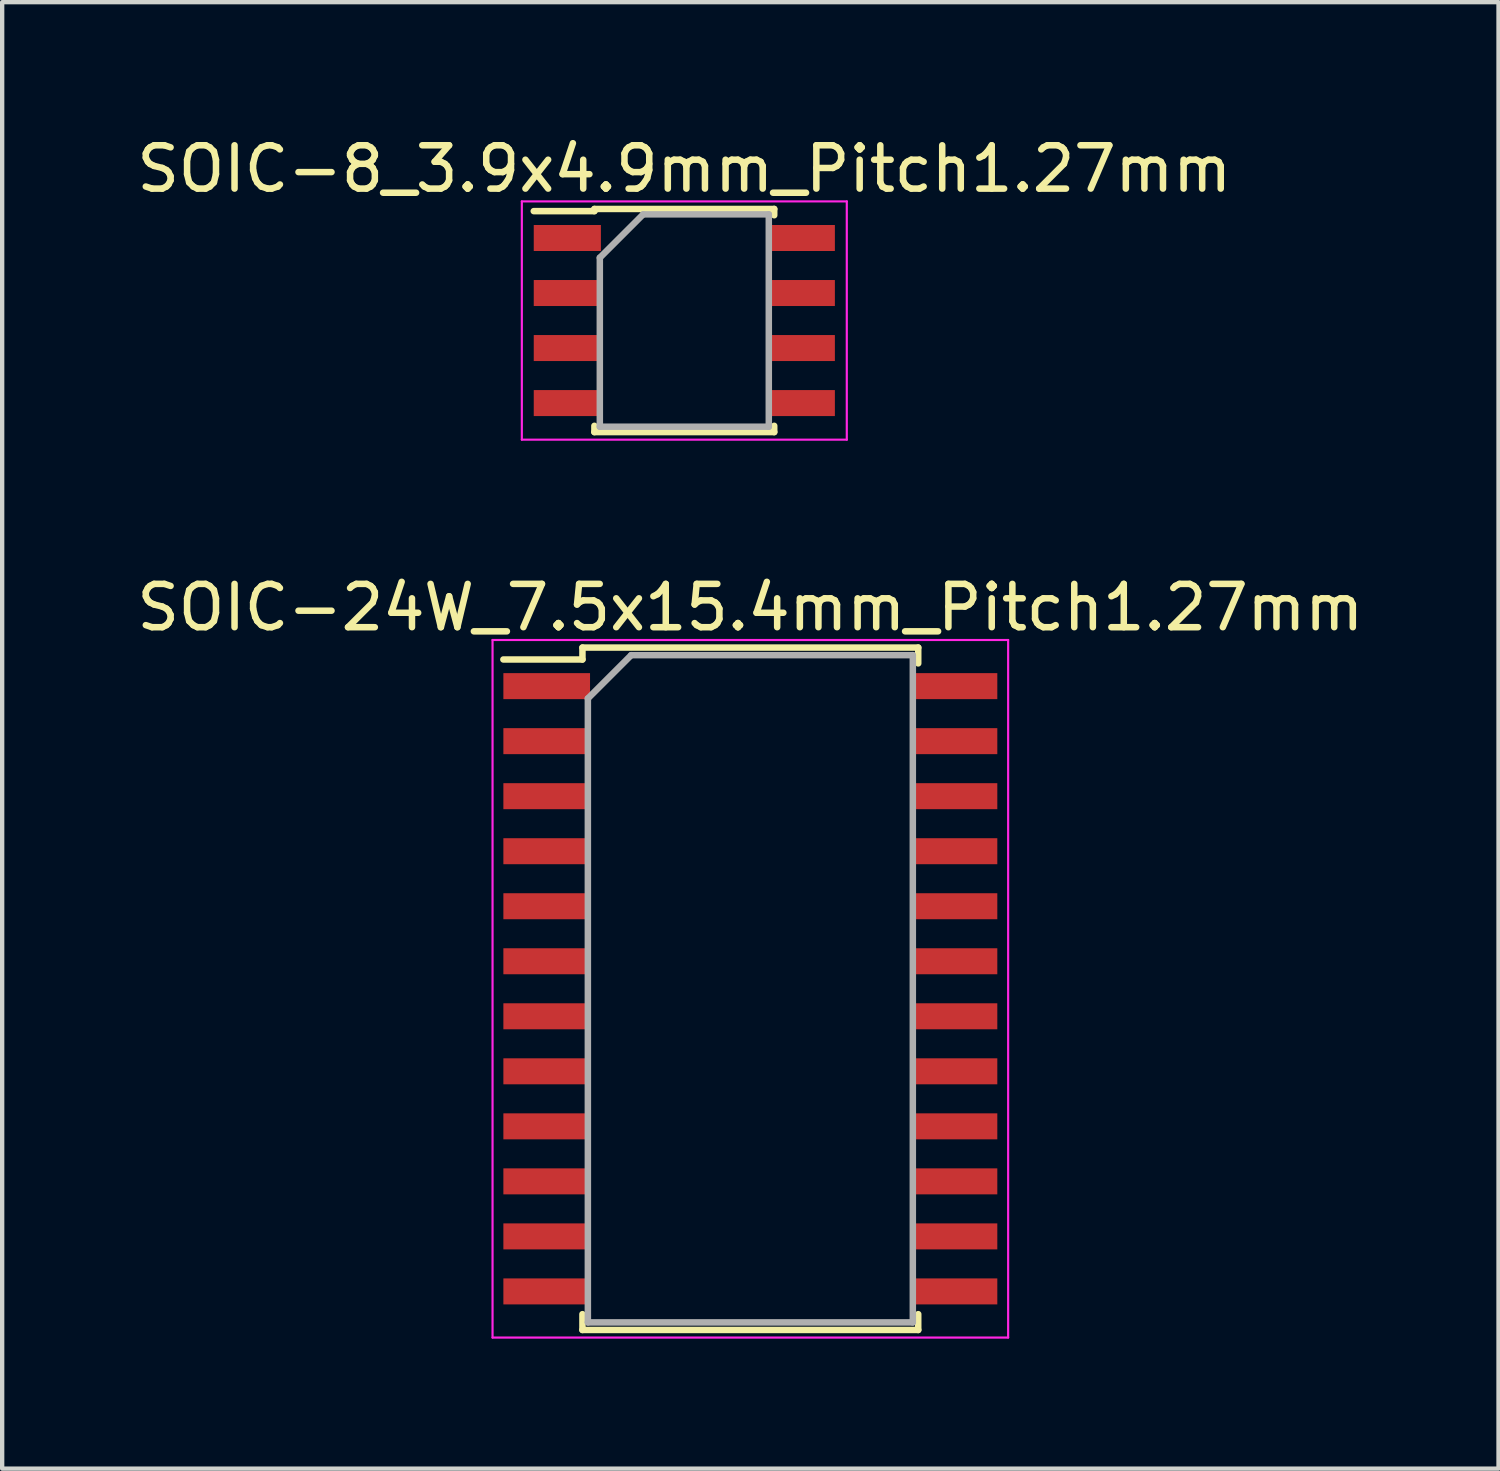
<source format=kicad_pcb>
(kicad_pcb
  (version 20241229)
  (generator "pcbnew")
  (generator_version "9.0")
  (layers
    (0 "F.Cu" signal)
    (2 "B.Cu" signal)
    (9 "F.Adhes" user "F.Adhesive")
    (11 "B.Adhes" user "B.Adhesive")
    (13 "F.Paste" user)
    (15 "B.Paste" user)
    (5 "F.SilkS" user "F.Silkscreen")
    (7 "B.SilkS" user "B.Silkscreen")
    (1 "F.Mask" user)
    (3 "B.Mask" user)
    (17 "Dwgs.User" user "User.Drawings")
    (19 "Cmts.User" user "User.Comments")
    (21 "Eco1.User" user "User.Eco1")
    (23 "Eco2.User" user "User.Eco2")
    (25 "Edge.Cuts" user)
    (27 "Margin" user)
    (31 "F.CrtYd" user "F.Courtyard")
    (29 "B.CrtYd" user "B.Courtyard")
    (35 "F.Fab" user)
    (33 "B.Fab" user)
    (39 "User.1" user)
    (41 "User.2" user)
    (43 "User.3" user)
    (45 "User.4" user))
  (footprint "SOIC-8_3.9x4.9mm_Pitch1.27mm"
    (layer "F.Cu")
    (at 12.744 4.348)
    (property "Reference" "SOIC-8_3.9x4.9mm_Pitch1.27mm" (at 0 -3.5 0) (layer "F.SilkS") (effects (font (size 1 1) (thickness 0.15))))
    (attr smd)
    (fp_line (start -2.075 -2.575) (end -2.075 -2.525) (stroke (width 0.15) (type solid)) (layer "F.SilkS"))
    (fp_line (start -2.075 -2.575) (end 2.075 -2.575) (stroke (width 0.15) (type solid)) (layer "F.SilkS"))
    (fp_line (start -2.075 -2.525) (end -3.475 -2.525) (stroke (width 0.15) (type solid)) (layer "F.SilkS"))
    (fp_line (start -2.075 2.575) (end -2.075 2.43) (stroke (width 0.15) (type solid)) (layer "F.SilkS"))
    (fp_line (start -2.075 2.575) (end 2.075 2.575) (stroke (width 0.15) (type solid)) (layer "F.SilkS"))
    (fp_line (start 2.075 -2.575) (end 2.075 -2.43) (stroke (width 0.15) (type solid)) (layer "F.SilkS"))
    (fp_line (start 2.075 2.575) (end 2.075 2.43) (stroke (width 0.15) (type solid)) (layer "F.SilkS"))
    (fp_line (start -3.75 -2.75) (end -3.75 2.75) (stroke (width 0.05) (type solid)) (layer "F.CrtYd"))
    (fp_line (start -3.75 -2.75) (end 3.75 -2.75) (stroke (width 0.05) (type solid)) (layer "F.CrtYd"))
    (fp_line (start -3.75 2.75) (end 3.75 2.75) (stroke (width 0.05) (type solid)) (layer "F.CrtYd"))
    (fp_line (start 3.75 -2.75) (end 3.75 2.75) (stroke (width 0.05) (type solid)) (layer "F.CrtYd"))
    (fp_line (start -1.95 -1.45) (end -0.95 -2.45) (stroke (width 0.15) (type solid)) (layer "F.Fab"))
    (fp_line (start -1.95 2.45) (end -1.95 -1.45) (stroke (width 0.15) (type solid)) (layer "F.Fab"))
    (fp_line (start -0.95 -2.45) (end 1.95 -2.45) (stroke (width 0.15) (type solid)) (layer "F.Fab"))
    (fp_line (start 1.95 -2.45) (end 1.95 2.45) (stroke (width 0.15) (type solid)) (layer "F.Fab"))
    (fp_line (start 1.95 2.45) (end -1.95 2.45) (stroke (width 0.15) (type solid)) (layer "F.Fab"))
    (pad "1" smd rect (at -2.7 -1.905) (size 1.55 0.6) (layers "F.Cu" "F.Mask" "F.Paste"))
    (pad "2" smd rect (at -2.7 -0.635) (size 1.55 0.6) (layers "F.Cu" "F.Mask" "F.Paste"))
    (pad "3" smd rect (at -2.7 0.635) (size 1.55 0.6) (layers "F.Cu" "F.Mask" "F.Paste"))
    (pad "4" smd rect (at -2.7 1.905) (size 1.55 0.6) (layers "F.Cu" "F.Mask" "F.Paste"))
    (pad "5" smd rect (at 2.7 1.905) (size 1.55 0.6) (layers "F.Cu" "F.Mask" "F.Paste"))
    (pad "6" smd rect (at 2.7 0.635) (size 1.55 0.6) (layers "F.Cu" "F.Mask" "F.Paste"))
    (pad "7" smd rect (at 2.7 -0.635) (size 1.55 0.6) (layers "F.Cu" "F.Mask" "F.Paste"))
    (pad "8" smd rect (at 2.7 -1.905) (size 1.55 0.6) (layers "F.Cu" "F.Mask" "F.Paste")))
  (footprint "SOIC-24W_7.5x15.4mm_Pitch1.27mm"
    (layer "F.Cu")
    (at 14.268 19.771)
    (property "Reference" "SOIC-24W_7.5x15.4mm_Pitch1.27mm" (at 0 -8.8 0) (layer "F.SilkS") (effects (font (size 1 1) (thickness 0.15))))
    (attr smd)
    (fp_line (start -3.875 -7.875) (end -3.875 -7.6) (stroke (width 0.15) (type solid)) (layer "F.SilkS"))
    (fp_line (start -3.875 -7.875) (end 3.875 -7.875) (stroke (width 0.15) (type solid)) (layer "F.SilkS"))
    (fp_line (start -3.875 -7.6) (end -5.7 -7.6) (stroke (width 0.15) (type solid)) (layer "F.SilkS"))
    (fp_line (start -3.875 7.875) (end -3.875 7.51) (stroke (width 0.15) (type solid)) (layer "F.SilkS"))
    (fp_line (start -3.875 7.875) (end 3.875 7.875) (stroke (width 0.15) (type solid)) (layer "F.SilkS"))
    (fp_line (start 3.875 -7.875) (end 3.875 -7.51) (stroke (width 0.15) (type solid)) (layer "F.SilkS"))
    (fp_line (start 3.875 7.875) (end 3.875 7.51) (stroke (width 0.15) (type solid)) (layer "F.SilkS"))
    (fp_line (start -5.95 -8.05) (end -5.95 8.05) (stroke (width 0.05) (type solid)) (layer "F.CrtYd"))
    (fp_line (start -5.95 -8.05) (end 5.95 -8.05) (stroke (width 0.05) (type solid)) (layer "F.CrtYd"))
    (fp_line (start -5.95 8.05) (end 5.95 8.05) (stroke (width 0.05) (type solid)) (layer "F.CrtYd"))
    (fp_line (start 5.95 -8.05) (end 5.95 8.05) (stroke (width 0.05) (type solid)) (layer "F.CrtYd"))
    (fp_line (start -3.75 -6.7) (end -2.75 -7.7) (stroke (width 0.15) (type solid)) (layer "F.Fab"))
    (fp_line (start -3.75 7.7) (end -3.75 -6.7) (stroke (width 0.15) (type solid)) (layer "F.Fab"))
    (fp_line (start -2.75 -7.7) (end 3.75 -7.7) (stroke (width 0.15) (type solid)) (layer "F.Fab"))
    (fp_line (start 3.75 -7.7) (end 3.75 7.7) (stroke (width 0.15) (type solid)) (layer "F.Fab"))
    (fp_line (start 3.75 7.7) (end -3.75 7.7) (stroke (width 0.15) (type solid)) (layer "F.Fab"))
    (pad "1" smd rect (at -4.7 -6.985) (size 2 0.6) (layers "F.Cu" "F.Mask" "F.Paste"))
    (pad "2" smd rect (at -4.7 -5.715) (size 2 0.6) (layers "F.Cu" "F.Mask" "F.Paste"))
    (pad "3" smd rect (at -4.7 -4.445) (size 2 0.6) (layers "F.Cu" "F.Mask" "F.Paste"))
    (pad "4" smd rect (at -4.7 -3.175) (size 2 0.6) (layers "F.Cu" "F.Mask" "F.Paste"))
    (pad "5" smd rect (at -4.7 -1.905) (size 2 0.6) (layers "F.Cu" "F.Mask" "F.Paste"))
    (pad "6" smd rect (at -4.7 -0.635) (size 2 0.6) (layers "F.Cu" "F.Mask" "F.Paste"))
    (pad "7" smd rect (at -4.7 0.635) (size 2 0.6) (layers "F.Cu" "F.Mask" "F.Paste"))
    (pad "8" smd rect (at -4.7 1.905) (size 2 0.6) (layers "F.Cu" "F.Mask" "F.Paste"))
    (pad "9" smd rect (at -4.7 3.175) (size 2 0.6) (layers "F.Cu" "F.Mask" "F.Paste"))
    (pad "10" smd rect (at -4.7 4.445) (size 2 0.6) (layers "F.Cu" "F.Mask" "F.Paste"))
    (pad "11" smd rect (at -4.7 5.715) (size 2 0.6) (layers "F.Cu" "F.Mask" "F.Paste"))
    (pad "12" smd rect (at -4.7 6.985) (size 2 0.6) (layers "F.Cu" "F.Mask" "F.Paste"))
    (pad "13" smd rect (at 4.7 6.985) (size 2 0.6) (layers "F.Cu" "F.Mask" "F.Paste"))
    (pad "14" smd rect (at 4.7 5.715) (size 2 0.6) (layers "F.Cu" "F.Mask" "F.Paste"))
    (pad "15" smd rect (at 4.7 4.445) (size 2 0.6) (layers "F.Cu" "F.Mask" "F.Paste"))
    (pad "16" smd rect (at 4.7 3.175) (size 2 0.6) (layers "F.Cu" "F.Mask" "F.Paste"))
    (pad "17" smd rect (at 4.7 1.905) (size 2 0.6) (layers "F.Cu" "F.Mask" "F.Paste"))
    (pad "18" smd rect (at 4.7 0.635) (size 2 0.6) (layers "F.Cu" "F.Mask" "F.Paste"))
    (pad "19" smd rect (at 4.7 -0.635) (size 2 0.6) (layers "F.Cu" "F.Mask" "F.Paste"))
    (pad "20" smd rect (at 4.7 -1.905) (size 2 0.6) (layers "F.Cu" "F.Mask" "F.Paste"))
    (pad "21" smd rect (at 4.7 -3.175) (size 2 0.6) (layers "F.Cu" "F.Mask" "F.Paste"))
    (pad "22" smd rect (at 4.7 -4.445) (size 2 0.6) (layers "F.Cu" "F.Mask" "F.Paste"))
    (pad "23" smd rect (at 4.7 -5.715) (size 2 0.6) (layers "F.Cu" "F.Mask" "F.Paste"))
    (pad "24" smd rect (at 4.7 -6.985) (size 2 0.6) (layers "F.Cu" "F.Mask" "F.Paste")))
  (gr_rect
    (start -3 -3)
    (end 31.536 30.846)
    (stroke (width 0.1) (type default))
    (fill no)
    (layer "Edge.Cuts")))
</source>
